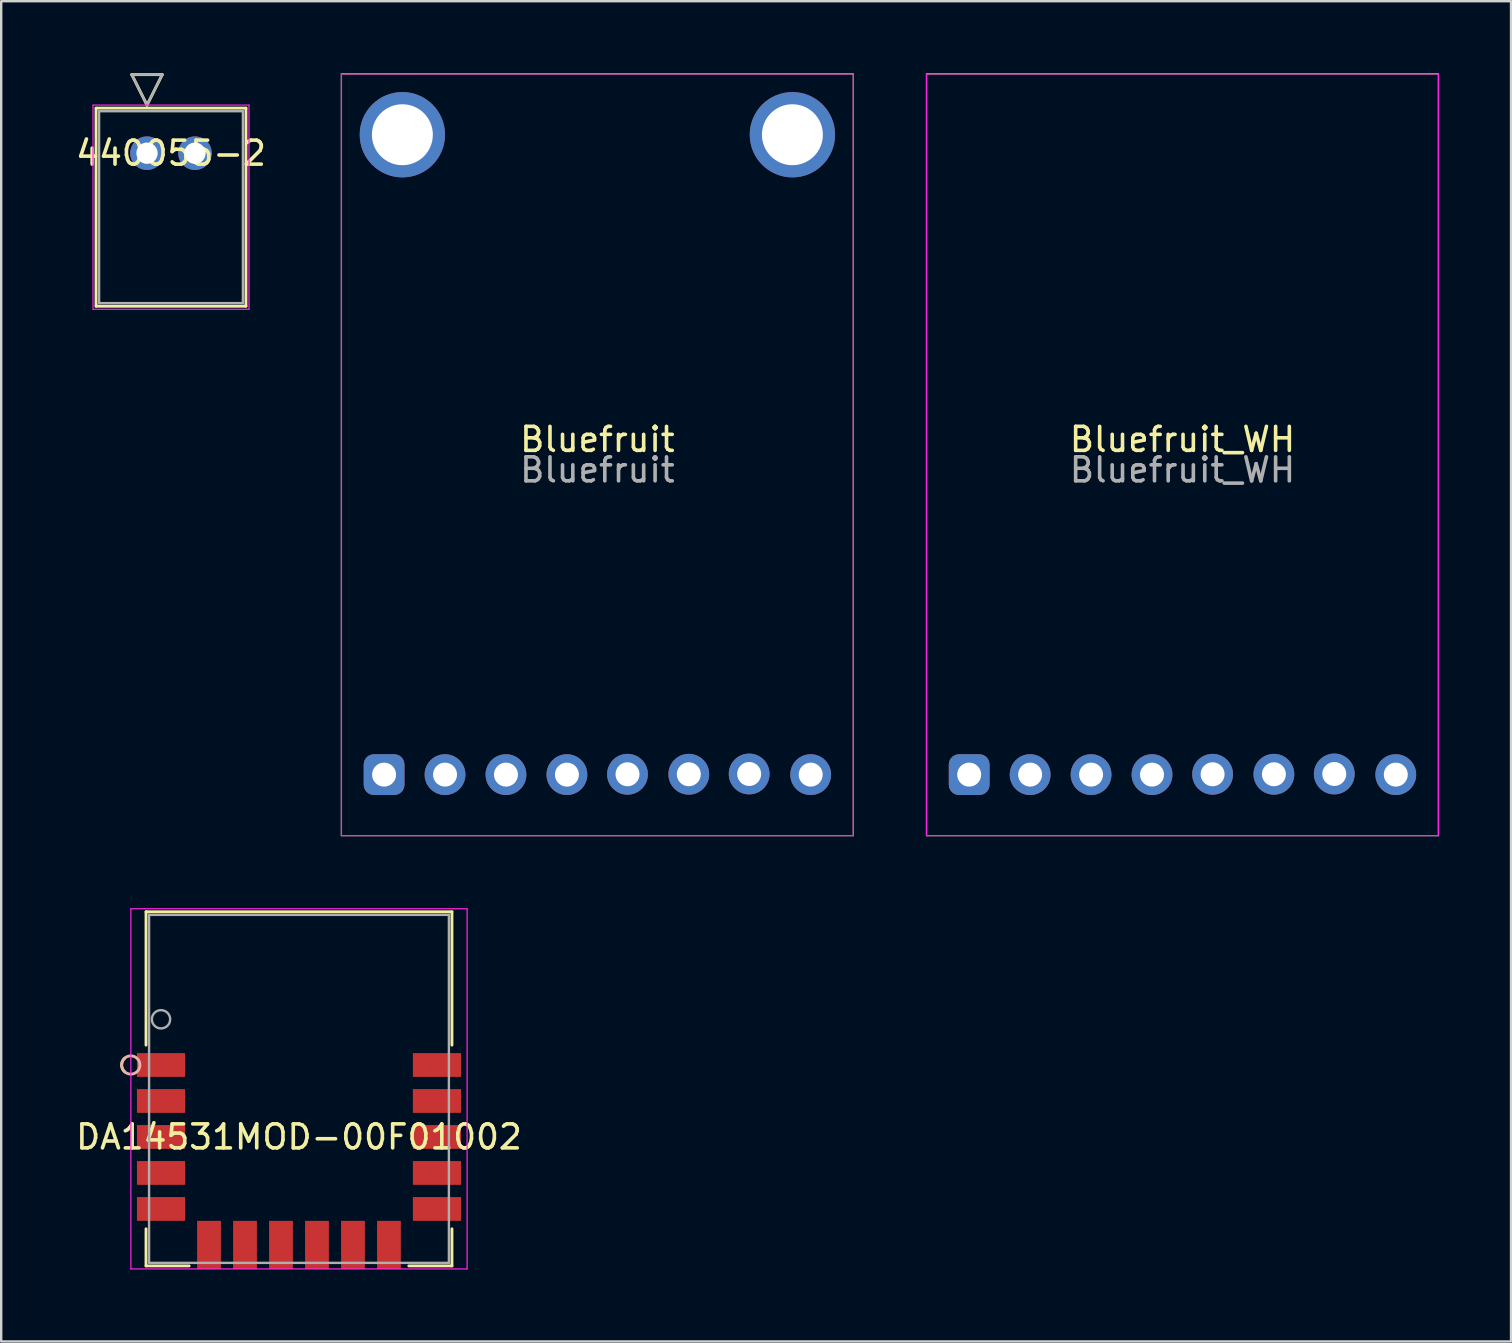
<source format=kicad_pcb>
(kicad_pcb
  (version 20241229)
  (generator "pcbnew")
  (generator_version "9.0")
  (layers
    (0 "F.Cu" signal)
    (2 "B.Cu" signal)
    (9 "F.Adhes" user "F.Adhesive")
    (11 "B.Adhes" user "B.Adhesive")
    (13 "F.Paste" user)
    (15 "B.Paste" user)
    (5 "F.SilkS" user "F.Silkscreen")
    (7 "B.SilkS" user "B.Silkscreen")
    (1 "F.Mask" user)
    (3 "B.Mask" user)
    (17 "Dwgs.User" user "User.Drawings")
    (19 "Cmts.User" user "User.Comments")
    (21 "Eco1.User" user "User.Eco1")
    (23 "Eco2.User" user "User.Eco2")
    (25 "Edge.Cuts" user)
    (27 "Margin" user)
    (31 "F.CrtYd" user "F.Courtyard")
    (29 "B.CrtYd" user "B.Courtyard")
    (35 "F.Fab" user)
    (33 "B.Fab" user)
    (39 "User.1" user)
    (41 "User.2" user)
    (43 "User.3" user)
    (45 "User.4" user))
  (footprint "440055-2"
    (layer "F.Cu")
    (at 3.077 3.335)
    (property "Reference" "440055-2" (at 1 0 0) (layer "F.SilkS") (effects (font (size 1 1) (thickness 0.15))))
    (attr through_hole)
    (fp_line (start -2.124 -1.878) (end -2.124 6.377) (stroke (width 0.12) (type solid)) (layer "F.SilkS"))
    (fp_line (start -2.124 6.377) (end 4.124 6.377) (stroke (width 0.12) (type solid)) (layer "F.SilkS"))
    (fp_line (start -0.635 -3.275) (end 0.635 -3.275) (stroke (width 0.12) (type solid)) (layer "F.SilkS"))
    (fp_line (start 0 -2.005) (end -0.635 -3.275) (stroke (width 0.12) (type solid)) (layer "F.SilkS"))
    (fp_line (start 0.635 -3.275) (end 0 -2.005) (stroke (width 0.12) (type solid)) (layer "F.SilkS"))
    (fp_line (start 4.124 -1.878) (end -2.124 -1.878) (stroke (width 0.12) (type solid)) (layer "F.SilkS"))
    (fp_line (start 4.124 6.377) (end 4.124 -1.878) (stroke (width 0.12) (type solid)) (layer "F.SilkS"))
    (fp_line (start -2.251 -2.005) (end -2.251 6.504) (stroke (width 0.05) (type solid)) (layer "F.CrtYd"))
    (fp_line (start -2.251 6.504) (end 4.251 6.504) (stroke (width 0.05) (type solid)) (layer "F.CrtYd"))
    (fp_line (start 4.251 -2.005) (end -2.251 -2.005) (stroke (width 0.05) (type solid)) (layer "F.CrtYd"))
    (fp_line (start 4.251 6.504) (end 4.251 -2.005) (stroke (width 0.05) (type solid)) (layer "F.CrtYd"))
    (fp_line (start -1.997 -1.751) (end -1.997 6.25) (stroke (width 0.1) (type solid)) (layer "F.Fab"))
    (fp_line (start -1.997 6.25) (end 3.997 6.25) (stroke (width 0.1) (type solid)) (layer "F.Fab"))
    (fp_line (start -0.635 -3.275) (end 0.635 -3.275) (stroke (width 0.1) (type solid)) (layer "F.Fab"))
    (fp_line (start 0 -2.005) (end -0.635 -3.275) (stroke (width 0.1) (type solid)) (layer "F.Fab"))
    (fp_line (start 0.635 -3.275) (end 0 -2.005) (stroke (width 0.1) (type solid)) (layer "F.Fab"))
    (fp_line (start 3.997 -1.751) (end -1.997 -1.751) (stroke (width 0.1) (type solid)) (layer "F.Fab"))
    (fp_line (start 3.997 6.25) (end 3.997 -1.751) (stroke (width 0.1) (type solid)) (layer "F.Fab"))
    (pad "1" thru_hole circle (at -0.000001 0) (size 1.397 1.397) (drill 0.889) (layers "*.Cu" "*.Mask"))
    (pad "2" thru_hole circle (at 2 0) (size 1.397 1.397) (drill 0.889) (layers "*.Cu" "*.Mask")))
  (footprint "Bluefruit_WH"
    (layer "F.Cu")
    (at 37.344 29.235)
    (property "Reference" "Bluefruit_WH" (at 8.89 -13.97 0) (layer "F.SilkS") (effects (font (size 1 1) (thickness 0.15))))
    (attr through_hole)
    (fp_line (start -1.778 -29.21) (end -1.778 2.54) (stroke (width 0.05) (type solid)) (layer "F.SilkS"))
    (fp_line (start -1.778 -29.21) (end 19.558 -29.21) (stroke (width 0.05) (type solid)) (layer "F.SilkS"))
    (fp_line (start -1.778 2.54) (end 19.558 2.54) (stroke (width 0.05) (type solid)) (layer "F.SilkS"))
    (fp_line (start 19.558 -29.21) (end 19.558 2.54) (stroke (width 0.05) (type solid)) (layer "F.SilkS"))
    (fp_line (start -1.778 -29.21) (end -1.778 2.54) (stroke (width 0.05) (type solid)) (layer "F.CrtYd"))
    (fp_line (start -1.778 -29.21) (end 19.558 -29.21) (stroke (width 0.05) (type solid)) (layer "F.CrtYd"))
    (fp_line (start -1.778 2.54) (end 19.558 2.54) (stroke (width 0.05) (type solid)) (layer "F.CrtYd"))
    (fp_line (start 19.558 -29.21) (end 19.558 2.54) (stroke (width 0.05) (type solid)) (layer "F.CrtYd"))
    (fp_text user "${REFERENCE}" (at 8.89 -12.7 180) (layer "F.Fab") (effects (font (size 1 1) (thickness 0.15))))
    (pad "1" thru_hole roundrect (at 0 0) (size 1.7 1.7) (drill 1) (layers "*.Cu" "*.Mask") (roundrect_rratio 0.25))
    (pad "2" thru_hole oval (at 2.54 0) (size 1.7 1.7) (drill 1) (layers "*.Cu" "*.Mask"))
    (pad "3" thru_hole oval (at 5.08 0) (size 1.7 1.7) (drill 1) (layers "*.Cu" "*.Mask"))
    (pad "4" thru_hole oval (at 7.62 0) (size 1.7 1.7) (drill 1) (layers "*.Cu" "*.Mask"))
    (pad "5" thru_hole oval (at 10.145 -0.015) (size 1.7 1.7) (drill 1) (layers "*.Cu" "*.Mask"))
    (pad "6" thru_hole oval (at 12.7 -0.015) (size 1.7 1.7) (drill 1) (layers "*.Cu" "*.Mask"))
    (pad "7" thru_hole oval (at 15.216 -0.027) (size 1.7 1.7) (drill 1) (layers "*.Cu" "*.Mask"))
    (pad "8" thru_hole oval (at 17.78 0) (size 1.7 1.7) (drill 1) (layers "*.Cu" "*.Mask")))
  (footprint "DA14531MOD-00F01002"
    (layer "F.Cu")
    (at 9.411 42.331)
    (property "Reference" "DA14531MOD-00F01002" (at 0 2.006 0) (layer "F.SilkS") (effects (font (size 1 1) (thickness 0.15))))
    (attr through_hole)
    (fp_line (start -6.375 -7.379) (end -6.375 -1.822) (stroke (width 0.12) (type solid)) (layer "F.SilkS"))
    (fp_line (start -6.375 5.834) (end -6.375 7.379) (stroke (width 0.12) (type solid)) (layer "F.SilkS"))
    (fp_line (start -6.375 7.379) (end -4.578 7.379) (stroke (width 0.12) (type solid)) (layer "F.SilkS"))
    (fp_line (start 4.578 7.379) (end 6.375 7.379) (stroke (width 0.12) (type solid)) (layer "F.SilkS"))
    (fp_line (start 6.375 -7.379) (end -6.375 -7.379) (stroke (width 0.12) (type solid)) (layer "F.SilkS"))
    (fp_line (start 6.375 -1.822) (end 6.375 -7.379) (stroke (width 0.12) (type solid)) (layer "F.SilkS"))
    (fp_line (start 6.375 7.379) (end 6.375 5.834) (stroke (width 0.12) (type solid)) (layer "F.SilkS"))
    (fp_arc (start -7.263839 -0.70912) (mid -7.3914 -0.993602) (end -7.263839 -1.278084) (stroke (width 0.12) (type solid)) (layer "F.SilkS"))
    (fp_circle (center -7.01 -0.994) (end -6.629 -0.994) (stroke (width 0.12) (type solid)) (fill no) (layer "B.SilkS"))
    (fp_line (start -7.007 -7.506) (end -7.007 7.506) (stroke (width 0.05) (type solid)) (layer "F.CrtYd"))
    (fp_line (start -7.007 7.506) (end 7.007 7.506) (stroke (width 0.05) (type solid)) (layer "F.CrtYd"))
    (fp_line (start 7.007 -7.506) (end -7.007 -7.506) (stroke (width 0.05) (type solid)) (layer "F.CrtYd"))
    (fp_line (start 7.007 7.506) (end 7.007 -7.506) (stroke (width 0.05) (type solid)) (layer "F.CrtYd"))
    (fp_line (start -6.248 -7.252) (end -6.248 7.252) (stroke (width 0.1) (type solid)) (layer "F.Fab"))
    (fp_line (start -6.248 7.252) (end 6.248 7.252) (stroke (width 0.1) (type solid)) (layer "F.Fab"))
    (fp_line (start 6.248 -7.252) (end -6.248 -7.252) (stroke (width 0.1) (type solid)) (layer "F.Fab"))
    (fp_line (start 6.248 7.252) (end 6.248 -7.252) (stroke (width 0.1) (type solid)) (layer "F.Fab"))
    (fp_circle (center -5.75 -2.899) (end -5.369 -2.899) (stroke (width 0.1) (type solid)) (fill no) (layer "F.Fab"))
    (pad "1" smd rect (at -5.75 -0.994) (size 2.007 0.991) (layers "F.Cu" "F.Mask" "F.Paste"))
    (pad "2" smd rect (at -5.75 0.506) (size 2.007 0.991) (layers "F.Cu" "F.Mask" "F.Paste"))
    (pad "3" smd rect (at -5.75 2.006) (size 2.007 0.991) (layers "F.Cu" "F.Mask" "F.Paste"))
    (pad "4" smd rect (at -5.75 3.506) (size 2.007 0.991) (layers "F.Cu" "F.Mask" "F.Paste"))
    (pad "5" smd rect (at -5.75 5.006) (size 2.007 0.991) (layers "F.Cu" "F.Mask" "F.Paste"))
    (pad "6" smd rect (at -3.75 6.505 90) (size 2.007 0.991) (layers "F.Cu" "F.Mask" "F.Paste"))
    (pad "7" smd rect (at -2.25 6.505 90) (size 2.007 0.991) (layers "F.Cu" "F.Mask" "F.Paste"))
    (pad "8" smd rect (at -0.75 6.505 90) (size 2.007 0.991) (layers "F.Cu" "F.Mask" "F.Paste"))
    (pad "9" smd rect (at 0.75 6.505 90) (size 2.007 0.991) (layers "F.Cu" "F.Mask" "F.Paste"))
    (pad "10" smd rect (at 2.25 6.505 90) (size 2.007 0.991) (layers "F.Cu" "F.Mask" "F.Paste"))
    (pad "11" smd rect (at 3.75 6.505 90) (size 2.007 0.991) (layers "F.Cu" "F.Mask" "F.Paste"))
    (pad "12" smd rect (at 5.75 5.006) (size 2.007 0.991) (layers "F.Cu" "F.Mask" "F.Paste"))
    (pad "13" smd rect (at 5.75 3.506) (size 2.007 0.991) (layers "F.Cu" "F.Mask" "F.Paste"))
    (pad "14" smd rect (at 5.75 2.006) (size 2.007 0.991) (layers "F.Cu" "F.Mask" "F.Paste"))
    (pad "15" smd rect (at 5.75 0.506) (size 2.007 0.991) (layers "F.Cu" "F.Mask" "F.Paste"))
    (pad "16" smd rect (at 5.75 -0.994) (size 2.007 0.991) (layers "F.Cu" "F.Mask" "F.Paste")))
  (footprint "Bluefruit"
    (layer "F.Cu")
    (at 12.958 29.235)
    (property "Reference" "Bluefruit" (at 8.89 -13.97 0) (layer "F.SilkS") (effects (font (size 1 1) (thickness 0.15))))
    (attr through_hole)
    (fp_line (start -1.778 -29.21) (end -1.778 2.54) (stroke (width 0.05) (type solid)) (layer "F.SilkS"))
    (fp_line (start -1.778 -29.21) (end 19.558 -29.21) (stroke (width 0.05) (type solid)) (layer "F.SilkS"))
    (fp_line (start -1.778 2.54) (end 19.558 2.54) (stroke (width 0.05) (type solid)) (layer "F.SilkS"))
    (fp_line (start 19.558 -29.21) (end 19.558 2.54) (stroke (width 0.05) (type solid)) (layer "F.SilkS"))
    (fp_line (start -1.778 -29.21) (end -1.778 2.54) (stroke (width 0.05) (type solid)) (layer "F.CrtYd"))
    (fp_line (start -1.778 -29.21) (end 19.558 -29.21) (stroke (width 0.05) (type solid)) (layer "F.CrtYd"))
    (fp_line (start -1.778 2.54) (end 19.558 2.54) (stroke (width 0.05) (type solid)) (layer "F.CrtYd"))
    (fp_line (start 19.558 -29.21) (end 19.558 2.54) (stroke (width 0.05) (type solid)) (layer "F.CrtYd"))
    (fp_text user "${REFERENCE}" (at 8.89 -12.7 180) (layer "F.Fab") (effects (font (size 1 1) (thickness 0.15))))
    (pad "" np_thru_hole oval (at 0.762 -26.67) (size 3.556 3.556) (drill 2.54) (layers "*.Cu" "*.Mask"))
    (pad "" np_thru_hole oval (at 17.018 -26.67) (size 3.556 3.556) (drill 2.54) (layers "*.Cu" "*.Mask"))
    (pad "1" thru_hole roundrect (at 0 0) (size 1.7 1.7) (drill 1) (layers "*.Cu" "*.Mask") (roundrect_rratio 0.25))
    (pad "2" thru_hole oval (at 2.54 0) (size 1.7 1.7) (drill 1) (layers "*.Cu" "*.Mask"))
    (pad "3" thru_hole oval (at 5.08 0) (size 1.7 1.7) (drill 1) (layers "*.Cu" "*.Mask"))
    (pad "4" thru_hole oval (at 7.62 0) (size 1.7 1.7) (drill 1) (layers "*.Cu" "*.Mask"))
    (pad "5" thru_hole oval (at 10.145 -0.015) (size 1.7 1.7) (drill 1) (layers "*.Cu" "*.Mask"))
    (pad "6" thru_hole oval (at 12.7 -0.015) (size 1.7 1.7) (drill 1) (layers "*.Cu" "*.Mask"))
    (pad "7" thru_hole oval (at 15.216 -0.027) (size 1.7 1.7) (drill 1) (layers "*.Cu" "*.Mask"))
    (pad "8" thru_hole oval (at 17.78 0) (size 1.7 1.7) (drill 1) (layers "*.Cu" "*.Mask")))
  (gr_rect
    (start -3 -3)
    (end 59.927 52.861)
    (stroke (width 0.1) (type default))
    (fill no)
    (layer "Edge.Cuts")))
</source>
